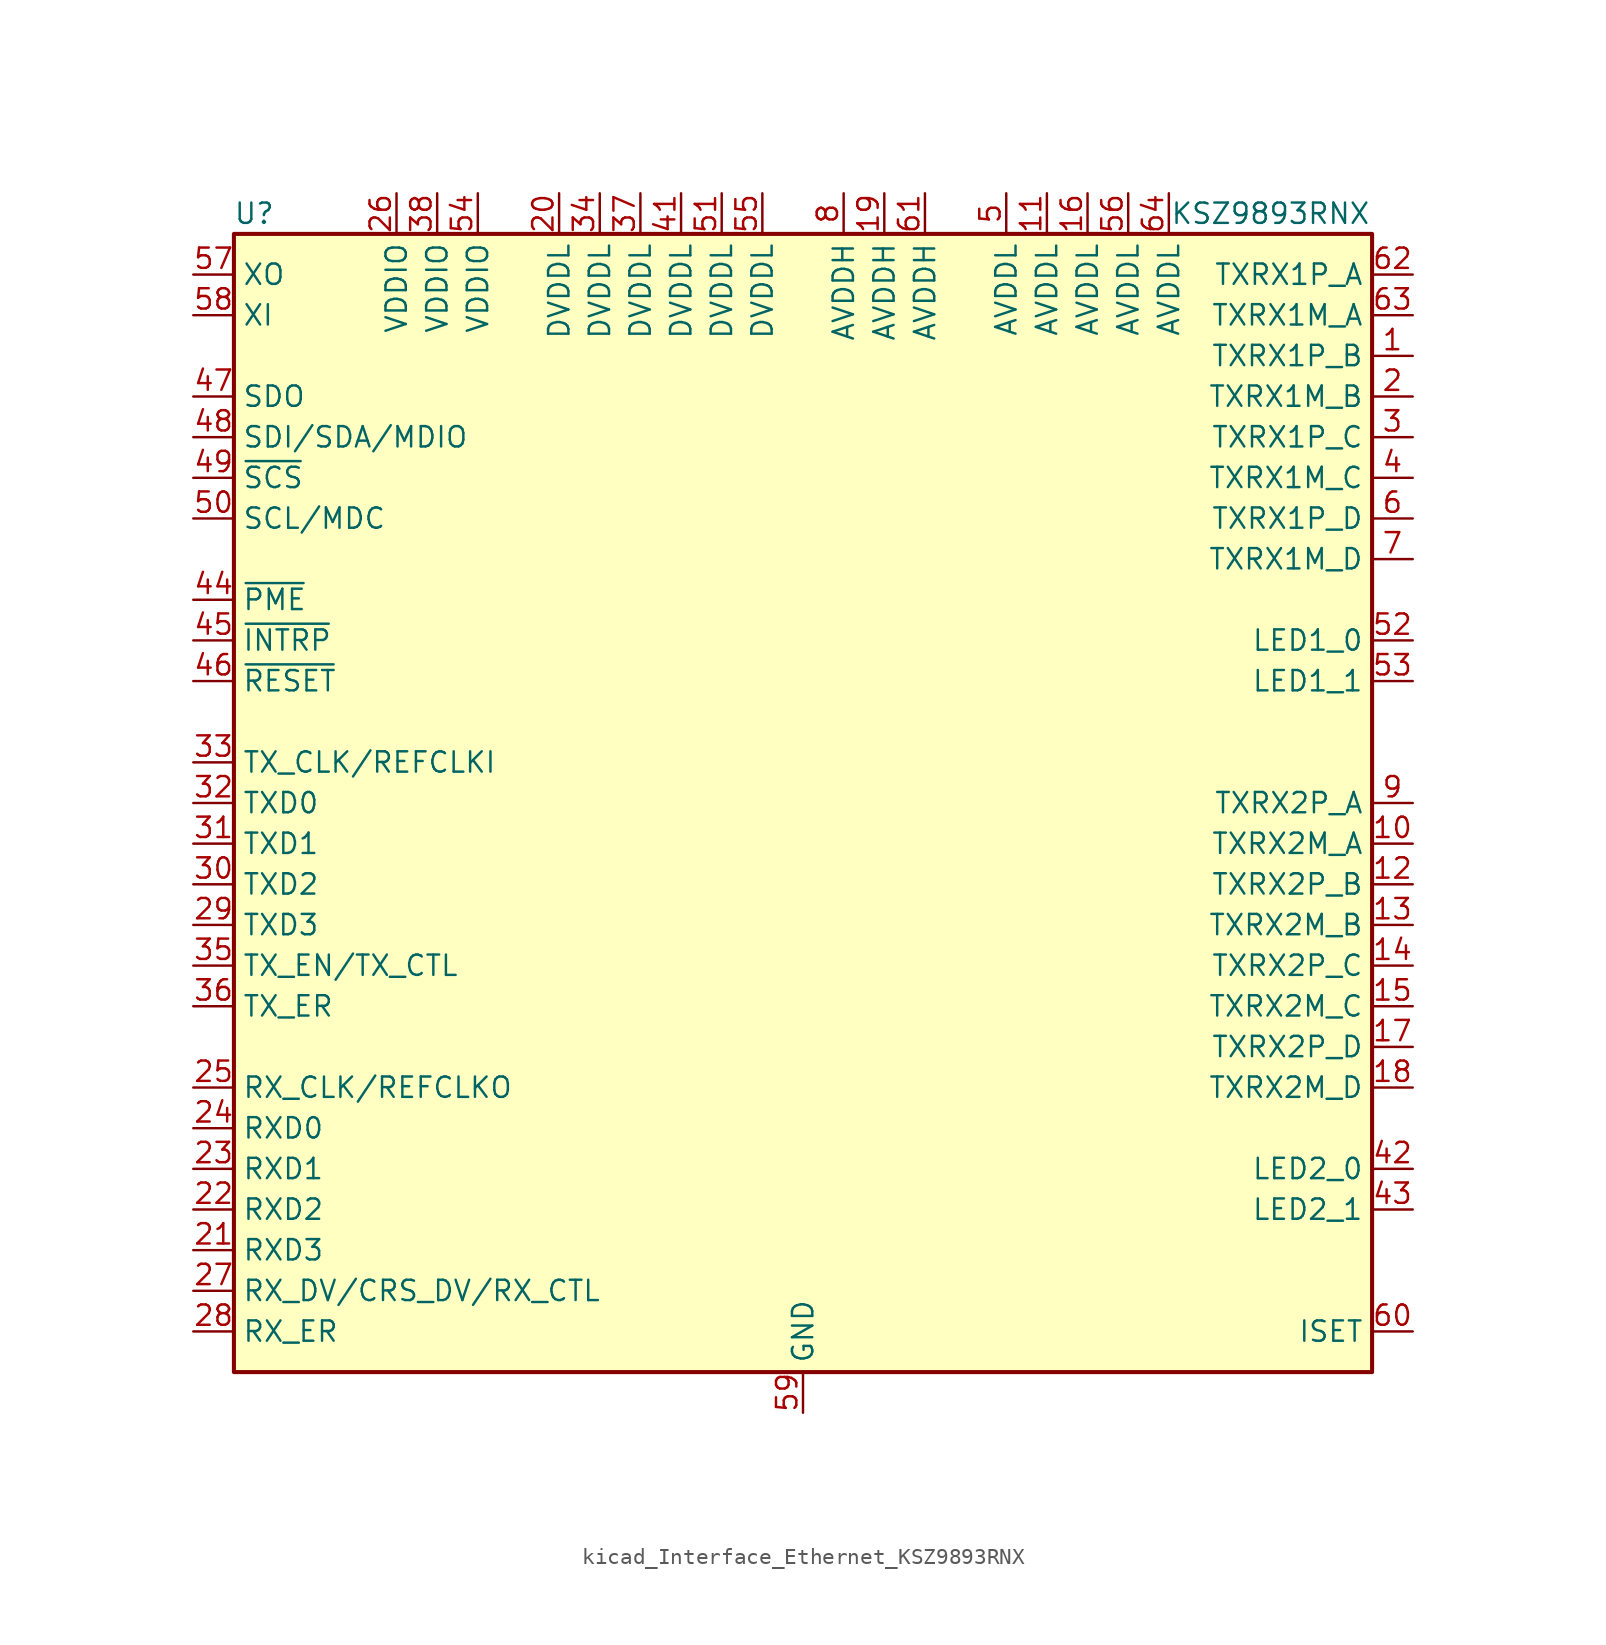
<source format=kicad_sym>
(kicad_symbol_lib
  (version 20220914)
  (generator kicad_symbol_editor)
  (symbol "kicad_Interface_Ethernet_KSZ9893RNX"
    (property "Reference" "U"
      (at -34.29 36.83 0)
      (effects (font (size 1.27 1.27))))
    (property "Value" "KSZ9893RNX"
      (at 29.21 36.83 0)
      (effects (font (size 1.27 1.27))))
    (symbol "kicad_Interface_Ethernet_KSZ9893RNX_0_1"
      (rectangle (start 35.56 -35.56) (end -35.56 35.56) (stroke (width 0.254) (type default)) (fill (type background))))
    (symbol "kicad_Interface_Ethernet_KSZ9893RNX_1_1"
      (pin passive line (at 38.1 27.94 180) (length 2.54) (name "TXRX1P_B" (effects (font (size 1.27 1.27)))) (number "1" (effects (font (size 1.27 1.27)))))
      (pin passive line (at 38.1 -2.54 180) (length 2.54) (name "TXRX2M_A" (effects (font (size 1.27 1.27)))) (number "10" (effects (font (size 1.27 1.27)))))
      (pin power_in line (at 15.24 38.1 270) (length 2.54) (name "AVDDL" (effects (font (size 1.27 1.27)))) (number "11" (effects (font (size 1.27 1.27)))))
      (pin passive line (at 38.1 -5.08 180) (length 2.54) (name "TXRX2P_B" (effects (font (size 1.27 1.27)))) (number "12" (effects (font (size 1.27 1.27)))))
      (pin passive line (at 38.1 -7.62 180) (length 2.54) (name "TXRX2M_B" (effects (font (size 1.27 1.27)))) (number "13" (effects (font (size 1.27 1.27)))))
      (pin passive line (at 38.1 -10.16 180) (length 2.54) (name "TXRX2P_C" (effects (font (size 1.27 1.27)))) (number "14" (effects (font (size 1.27 1.27)))))
      (pin passive line (at 38.1 -12.7 180) (length 2.54) (name "TXRX2M_C" (effects (font (size 1.27 1.27)))) (number "15" (effects (font (size 1.27 1.27)))))
      (pin power_in line (at 17.78 38.1 270) (length 2.54) (name "AVDDL" (effects (font (size 1.27 1.27)))) (number "16" (effects (font (size 1.27 1.27)))))
      (pin passive line (at 38.1 -15.24 180) (length 2.54) (name "TXRX2P_D" (effects (font (size 1.27 1.27)))) (number "17" (effects (font (size 1.27 1.27)))))
      (pin passive line (at 38.1 -17.78 180) (length 2.54) (name "TXRX2M_D" (effects (font (size 1.27 1.27)))) (number "18" (effects (font (size 1.27 1.27)))))
      (pin power_in line (at 5.08 38.1 270) (length 2.54) (name "AVDDH" (effects (font (size 1.27 1.27)))) (number "19" (effects (font (size 1.27 1.27)))))
      (pin passive line (at 38.1 25.4 180) (length 2.54) (name "TXRX1M_B" (effects (font (size 1.27 1.27)))) (number "2" (effects (font (size 1.27 1.27)))))
      (pin power_in line (at -15.24 38.1 270) (length 2.54) (name "DVDDL" (effects (font (size 1.27 1.27)))) (number "20" (effects (font (size 1.27 1.27)))))
      (pin output line (at -38.1 -27.94 0) (length 2.54) (name "RXD3" (effects (font (size 1.27 1.27)))) (number "21" (effects (font (size 1.27 1.27)))))
      (pin output line (at -38.1 -25.4 0) (length 2.54) (name "RXD2" (effects (font (size 1.27 1.27)))) (number "22" (effects (font (size 1.27 1.27)))))
      (pin output line (at -38.1 -22.86 0) (length 2.54) (name "RXD1" (effects (font (size 1.27 1.27)))) (number "23" (effects (font (size 1.27 1.27)))))
      (pin output line (at -38.1 -20.32 0) (length 2.54) (name "RXD0" (effects (font (size 1.27 1.27)))) (number "24" (effects (font (size 1.27 1.27)))))
      (pin output line (at -38.1 -17.78 0) (length 2.54) (name "RX_CLK/REFCLKO" (effects (font (size 1.27 1.27)))) (number "25" (effects (font (size 1.27 1.27)))))
      (pin power_in line (at -25.4 38.1 270) (length 2.54) (name "VDDIO" (effects (font (size 1.27 1.27)))) (number "26" (effects (font (size 1.27 1.27)))))
      (pin output line (at -38.1 -30.48 0) (length 2.54) (name "RX_DV/CRS_DV/RX_CTL" (effects (font (size 1.27 1.27)))) (number "27" (effects (font (size 1.27 1.27)))))
      (pin output line (at -38.1 -33.02 0) (length 2.54) (name "RX_ER" (effects (font (size 1.27 1.27)))) (number "28" (effects (font (size 1.27 1.27)))))
      (pin input line (at -38.1 -7.62 0) (length 2.54) (name "TXD3" (effects (font (size 1.27 1.27)))) (number "29" (effects (font (size 1.27 1.27)))))
      (pin passive line (at 38.1 22.86 180) (length 2.54) (name "TXRX1P_C" (effects (font (size 1.27 1.27)))) (number "3" (effects (font (size 1.27 1.27)))))
      (pin input line (at -38.1 -5.08 0) (length 2.54) (name "TXD2" (effects (font (size 1.27 1.27)))) (number "30" (effects (font (size 1.27 1.27)))))
      (pin input line (at -38.1 -2.54 0) (length 2.54) (name "TXD1" (effects (font (size 1.27 1.27)))) (number "31" (effects (font (size 1.27 1.27)))))
      (pin input line (at -38.1 0 0) (length 2.54) (name "TXD0" (effects (font (size 1.27 1.27)))) (number "32" (effects (font (size 1.27 1.27)))))
      (pin input line (at -38.1 2.54 0) (length 2.54) (name "TX_CLK/REFCLKI" (effects (font (size 1.27 1.27)))) (number "33" (effects (font (size 1.27 1.27)))))
      (pin power_in line (at -12.7 38.1 270) (length 2.54) (name "DVDDL" (effects (font (size 1.27 1.27)))) (number "34" (effects (font (size 1.27 1.27)))))
      (pin input line (at -38.1 -10.16 0) (length 2.54) (name "TX_EN/TX_CTL" (effects (font (size 1.27 1.27)))) (number "35" (effects (font (size 1.27 1.27)))))
      (pin input line (at -38.1 -12.7 0) (length 2.54) (name "TX_ER" (effects (font (size 1.27 1.27)))) (number "36" (effects (font (size 1.27 1.27)))))
      (pin power_in line (at -10.16 38.1 270) (length 2.54) (name "DVDDL" (effects (font (size 1.27 1.27)))) (number "37" (effects (font (size 1.27 1.27)))))
      (pin power_in line (at -22.86 38.1 270) (length 2.54) (name "VDDIO" (effects (font (size 1.27 1.27)))) (number "38" (effects (font (size 1.27 1.27)))))
      (pin no_connect line (at 35.56 2.54 180) (length 2.54) hide (name "NC" (effects (font (size 1.27 1.27)))) (number "39" (effects (font (size 1.27 1.27)))))
      (pin passive line (at 38.1 20.32 180) (length 2.54) (name "TXRX1M_C" (effects (font (size 1.27 1.27)))) (number "4" (effects (font (size 1.27 1.27)))))
      (pin no_connect line (at 35.56 5.08 180) (length 2.54) hide (name "NC" (effects (font (size 1.27 1.27)))) (number "40" (effects (font (size 1.27 1.27)))))
      (pin power_in line (at -7.62 38.1 270) (length 2.54) (name "DVDDL" (effects (font (size 1.27 1.27)))) (number "41" (effects (font (size 1.27 1.27)))))
      (pin output line (at 38.1 -22.86 180) (length 2.54) (name "LED2_0" (effects (font (size 1.27 1.27)))) (number "42" (effects (font (size 1.27 1.27)))))
      (pin output line (at 38.1 -25.4 180) (length 2.54) (name "LED2_1" (effects (font (size 1.27 1.27)))) (number "43" (effects (font (size 1.27 1.27)))))
      (pin output line (at -38.1 12.7 0) (length 2.54) (name "~{PME}" (effects (font (size 1.27 1.27)))) (number "44" (effects (font (size 1.27 1.27)))))
      (pin output line (at -38.1 10.16 0) (length 2.54) (name "~{INTRP}" (effects (font (size 1.27 1.27)))) (number "45" (effects (font (size 1.27 1.27)))))
      (pin input line (at -38.1 7.62 0) (length 2.54) (name "~{RESET}" (effects (font (size 1.27 1.27)))) (number "46" (effects (font (size 1.27 1.27)))))
      (pin output line (at -38.1 25.4 0) (length 2.54) (name "SDO" (effects (font (size 1.27 1.27)))) (number "47" (effects (font (size 1.27 1.27)))))
      (pin bidirectional line (at -38.1 22.86 0) (length 2.54) (name "SDI/SDA/MDIO" (effects (font (size 1.27 1.27)))) (number "48" (effects (font (size 1.27 1.27)))))
      (pin input line (at -38.1 20.32 0) (length 2.54) (name "~{SCS}" (effects (font (size 1.27 1.27)))) (number "49" (effects (font (size 1.27 1.27)))))
      (pin power_in line (at 12.7 38.1 270) (length 2.54) (name "AVDDL" (effects (font (size 1.27 1.27)))) (number "5" (effects (font (size 1.27 1.27)))))
      (pin input line (at -38.1 17.78 0) (length 2.54) (name "SCL/MDC" (effects (font (size 1.27 1.27)))) (number "50" (effects (font (size 1.27 1.27)))))
      (pin power_in line (at -5.08 38.1 270) (length 2.54) (name "DVDDL" (effects (font (size 1.27 1.27)))) (number "51" (effects (font (size 1.27 1.27)))))
      (pin output line (at 38.1 10.16 180) (length 2.54) (name "LED1_0" (effects (font (size 1.27 1.27)))) (number "52" (effects (font (size 1.27 1.27)))))
      (pin output line (at 38.1 7.62 180) (length 2.54) (name "LED1_1" (effects (font (size 1.27 1.27)))) (number "53" (effects (font (size 1.27 1.27)))))
      (pin power_in line (at -20.32 38.1 270) (length 2.54) (name "VDDIO" (effects (font (size 1.27 1.27)))) (number "54" (effects (font (size 1.27 1.27)))))
      (pin power_in line (at -2.54 38.1 270) (length 2.54) (name "DVDDL" (effects (font (size 1.27 1.27)))) (number "55" (effects (font (size 1.27 1.27)))))
      (pin power_in line (at 20.32 38.1 270) (length 2.54) (name "AVDDL" (effects (font (size 1.27 1.27)))) (number "56" (effects (font (size 1.27 1.27)))))
      (pin output line (at -38.1 33.02 0) (length 2.54) (name "XO" (effects (font (size 1.27 1.27)))) (number "57" (effects (font (size 1.27 1.27)))))
      (pin input line (at -38.1 30.48 0) (length 2.54) (name "XI" (effects (font (size 1.27 1.27)))) (number "58" (effects (font (size 1.27 1.27)))))
      (pin power_in line (at 0 -38.1 90) (length 2.54) (name "GND" (effects (font (size 1.27 1.27)))) (number "59" (effects (font (size 1.27 1.27)))))
      (pin passive line (at 38.1 17.78 180) (length 2.54) (name "TXRX1P_D" (effects (font (size 1.27 1.27)))) (number "6" (effects (font (size 1.27 1.27)))))
      (pin passive line (at 38.1 -33.02 180) (length 2.54) (name "ISET" (effects (font (size 1.27 1.27)))) (number "60" (effects (font (size 1.27 1.27)))))
      (pin power_in line (at 7.62 38.1 270) (length 2.54) (name "AVDDH" (effects (font (size 1.27 1.27)))) (number "61" (effects (font (size 1.27 1.27)))))
      (pin passive line (at 38.1 33.02 180) (length 2.54) (name "TXRX1P_A" (effects (font (size 1.27 1.27)))) (number "62" (effects (font (size 1.27 1.27)))))
      (pin passive line (at 38.1 30.48 180) (length 2.54) (name "TXRX1M_A" (effects (font (size 1.27 1.27)))) (number "63" (effects (font (size 1.27 1.27)))))
      (pin power_in line (at 22.86 38.1 270) (length 2.54) (name "AVDDL" (effects (font (size 1.27 1.27)))) (number "64" (effects (font (size 1.27 1.27)))))
      (pin passive line (at 0 -38.1 90) (length 2.54) hide (name "GND" (effects (font (size 1.27 1.27)))) (number "65" (effects (font (size 1.27 1.27)))))
      (pin passive line (at 38.1 15.24 180) (length 2.54) (name "TXRX1M_D" (effects (font (size 1.27 1.27)))) (number "7" (effects (font (size 1.27 1.27)))))
      (pin power_in line (at 2.54 38.1 270) (length 2.54) (name "AVDDH" (effects (font (size 1.27 1.27)))) (number "8" (effects (font (size 1.27 1.27)))))
      (pin passive line (at 38.1 0 180) (length 2.54) (name "TXRX2P_A" (effects (font (size 1.27 1.27)))) (number "9" (effects (font (size 1.27 1.27))))))))
</source>
